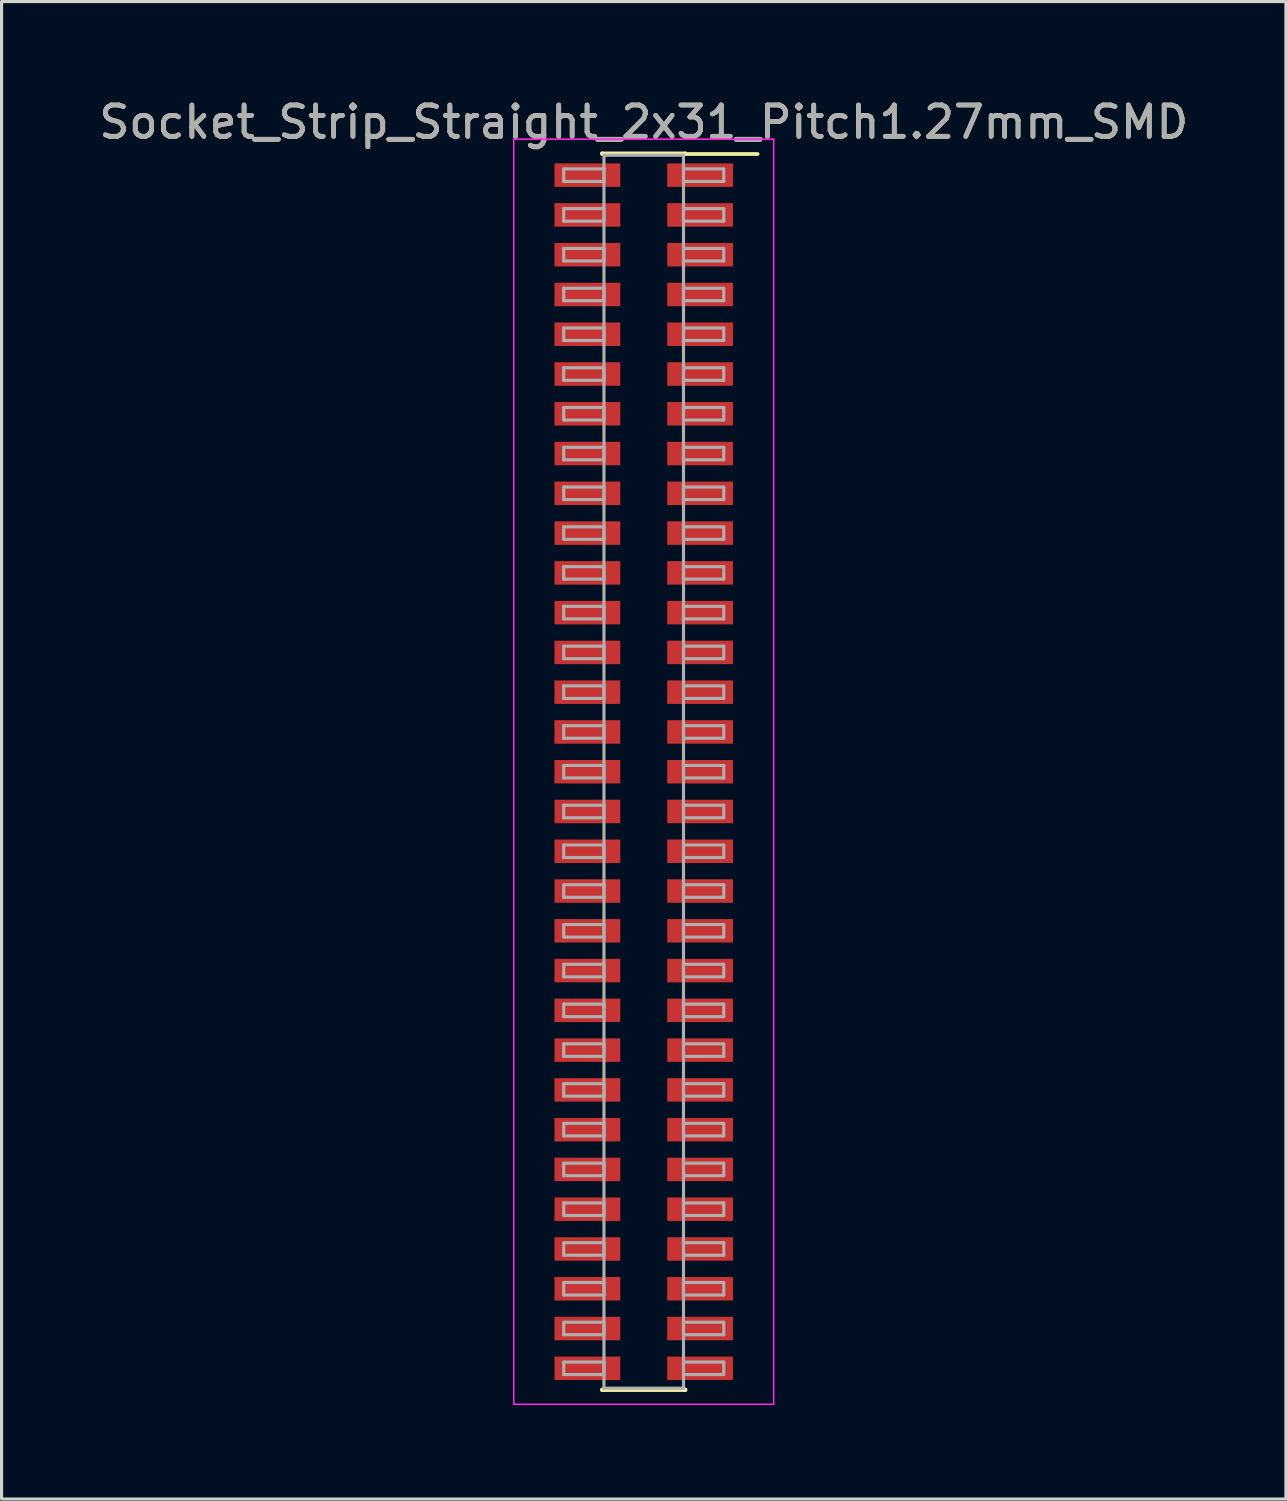
<source format=kicad_pcb>
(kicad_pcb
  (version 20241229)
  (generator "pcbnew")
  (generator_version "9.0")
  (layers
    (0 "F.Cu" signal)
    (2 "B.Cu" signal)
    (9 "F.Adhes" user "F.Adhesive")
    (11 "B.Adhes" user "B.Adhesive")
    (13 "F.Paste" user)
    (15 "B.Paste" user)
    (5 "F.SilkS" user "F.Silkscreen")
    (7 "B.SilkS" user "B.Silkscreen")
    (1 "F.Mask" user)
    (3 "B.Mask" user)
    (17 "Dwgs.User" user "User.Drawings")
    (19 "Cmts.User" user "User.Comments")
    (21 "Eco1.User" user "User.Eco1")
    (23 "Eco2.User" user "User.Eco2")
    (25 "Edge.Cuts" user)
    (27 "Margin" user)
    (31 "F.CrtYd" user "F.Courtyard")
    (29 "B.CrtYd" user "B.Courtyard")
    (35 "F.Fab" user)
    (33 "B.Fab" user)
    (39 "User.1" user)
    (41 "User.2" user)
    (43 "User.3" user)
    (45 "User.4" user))
  (footprint "Socket_Strip_Straight_2x31_Pitch1.27mm_SMD"
    (layer "F.Cu")
    (at 17.506 21.593)
    (property "Reference" "Socket_Strip_Straight_2x31_Pitch1.27mm_SMD" (at 0 -20.745 0) (layer "F.SilkS") (effects (font (size 1 1) (thickness 0.15))))
    (attr smd)
    (fp_line (start -1.33 -19.745) (end 1.33 -19.745) (stroke (width 0.12) (type solid)) (layer "F.SilkS"))
    (fp_line (start -1.33 -19.725) (end -1.33 -19.745) (stroke (width 0.12) (type solid)) (layer "F.SilkS"))
    (fp_line (start -1.33 19.725) (end -1.33 19.745) (stroke (width 0.12) (type solid)) (layer "F.SilkS"))
    (fp_line (start -1.33 19.745) (end 1.33 19.745) (stroke (width 0.12) (type solid)) (layer "F.SilkS"))
    (fp_line (start 1.33 -19.745) (end 1.33 -19.725) (stroke (width 0.12) (type solid)) (layer "F.SilkS"))
    (fp_line (start 1.33 19.745) (end 1.33 19.725) (stroke (width 0.12) (type solid)) (layer "F.SilkS"))
    (fp_line (start 3.635 -19.725) (end 1.33 -19.725) (stroke (width 0.12) (type solid)) (layer "F.SilkS"))
    (fp_line (start -4.15 -20.2) (end -4.15 20.2) (stroke (width 0.05) (type solid)) (layer "F.CrtYd"))
    (fp_line (start -4.15 20.2) (end 4.15 20.2) (stroke (width 0.05) (type solid)) (layer "F.CrtYd"))
    (fp_line (start 4.15 -20.2) (end -4.15 -20.2) (stroke (width 0.05) (type solid)) (layer "F.CrtYd"))
    (fp_line (start 4.15 20.2) (end 4.15 -20.2) (stroke (width 0.05) (type solid)) (layer "F.CrtYd"))
    (fp_line (start -2.555 -19.25) (end -1.27 -19.25) (stroke (width 0.1) (type solid)) (layer "F.Fab"))
    (fp_line (start -2.555 -18.85) (end -2.555 -19.25) (stroke (width 0.1) (type solid)) (layer "F.Fab"))
    (fp_line (start -2.555 -17.98) (end -1.27 -17.98) (stroke (width 0.1) (type solid)) (layer "F.Fab"))
    (fp_line (start -2.555 -17.58) (end -2.555 -17.98) (stroke (width 0.1) (type solid)) (layer "F.Fab"))
    (fp_line (start -2.555 -16.71) (end -1.27 -16.71) (stroke (width 0.1) (type solid)) (layer "F.Fab"))
    (fp_line (start -2.555 -16.31) (end -2.555 -16.71) (stroke (width 0.1) (type solid)) (layer "F.Fab"))
    (fp_line (start -2.555 -15.44) (end -1.27 -15.44) (stroke (width 0.1) (type solid)) (layer "F.Fab"))
    (fp_line (start -2.555 -15.04) (end -2.555 -15.44) (stroke (width 0.1) (type solid)) (layer "F.Fab"))
    (fp_line (start -2.555 -14.17) (end -1.27 -14.17) (stroke (width 0.1) (type solid)) (layer "F.Fab"))
    (fp_line (start -2.555 -13.77) (end -2.555 -14.17) (stroke (width 0.1) (type solid)) (layer "F.Fab"))
    (fp_line (start -2.555 -12.9) (end -1.27 -12.9) (stroke (width 0.1) (type solid)) (layer "F.Fab"))
    (fp_line (start -2.555 -12.5) (end -2.555 -12.9) (stroke (width 0.1) (type solid)) (layer "F.Fab"))
    (fp_line (start -2.555 -11.63) (end -1.27 -11.63) (stroke (width 0.1) (type solid)) (layer "F.Fab"))
    (fp_line (start -2.555 -11.23) (end -2.555 -11.63) (stroke (width 0.1) (type solid)) (layer "F.Fab"))
    (fp_line (start -2.555 -10.36) (end -1.27 -10.36) (stroke (width 0.1) (type solid)) (layer "F.Fab"))
    (fp_line (start -2.555 -9.96) (end -2.555 -10.36) (stroke (width 0.1) (type solid)) (layer "F.Fab"))
    (fp_line (start -2.555 -9.09) (end -1.27 -9.09) (stroke (width 0.1) (type solid)) (layer "F.Fab"))
    (fp_line (start -2.555 -8.69) (end -2.555 -9.09) (stroke (width 0.1) (type solid)) (layer "F.Fab"))
    (fp_line (start -2.555 -7.82) (end -1.27 -7.82) (stroke (width 0.1) (type solid)) (layer "F.Fab"))
    (fp_line (start -2.555 -7.42) (end -2.555 -7.82) (stroke (width 0.1) (type solid)) (layer "F.Fab"))
    (fp_line (start -2.555 -6.55) (end -1.27 -6.55) (stroke (width 0.1) (type solid)) (layer "F.Fab"))
    (fp_line (start -2.555 -6.15) (end -2.555 -6.55) (stroke (width 0.1) (type solid)) (layer "F.Fab"))
    (fp_line (start -2.555 -5.28) (end -1.27 -5.28) (stroke (width 0.1) (type solid)) (layer "F.Fab"))
    (fp_line (start -2.555 -4.88) (end -2.555 -5.28) (stroke (width 0.1) (type solid)) (layer "F.Fab"))
    (fp_line (start -2.555 -4.01) (end -1.27 -4.01) (stroke (width 0.1) (type solid)) (layer "F.Fab"))
    (fp_line (start -2.555 -3.61) (end -2.555 -4.01) (stroke (width 0.1) (type solid)) (layer "F.Fab"))
    (fp_line (start -2.555 -2.74) (end -1.27 -2.74) (stroke (width 0.1) (type solid)) (layer "F.Fab"))
    (fp_line (start -2.555 -2.34) (end -2.555 -2.74) (stroke (width 0.1) (type solid)) (layer "F.Fab"))
    (fp_line (start -2.555 -1.47) (end -1.27 -1.47) (stroke (width 0.1) (type solid)) (layer "F.Fab"))
    (fp_line (start -2.555 -1.07) (end -2.555 -1.47) (stroke (width 0.1) (type solid)) (layer "F.Fab"))
    (fp_line (start -2.555 -0.2) (end -1.27 -0.2) (stroke (width 0.1) (type solid)) (layer "F.Fab"))
    (fp_line (start -2.555 0.2) (end -2.555 -0.2) (stroke (width 0.1) (type solid)) (layer "F.Fab"))
    (fp_line (start -2.555 1.07) (end -1.27 1.07) (stroke (width 0.1) (type solid)) (layer "F.Fab"))
    (fp_line (start -2.555 1.47) (end -2.555 1.07) (stroke (width 0.1) (type solid)) (layer "F.Fab"))
    (fp_line (start -2.555 2.34) (end -1.27 2.34) (stroke (width 0.1) (type solid)) (layer "F.Fab"))
    (fp_line (start -2.555 2.74) (end -2.555 2.34) (stroke (width 0.1) (type solid)) (layer "F.Fab"))
    (fp_line (start -2.555 3.61) (end -1.27 3.61) (stroke (width 0.1) (type solid)) (layer "F.Fab"))
    (fp_line (start -2.555 4.01) (end -2.555 3.61) (stroke (width 0.1) (type solid)) (layer "F.Fab"))
    (fp_line (start -2.555 4.88) (end -1.27 4.88) (stroke (width 0.1) (type solid)) (layer "F.Fab"))
    (fp_line (start -2.555 5.28) (end -2.555 4.88) (stroke (width 0.1) (type solid)) (layer "F.Fab"))
    (fp_line (start -2.555 6.15) (end -1.27 6.15) (stroke (width 0.1) (type solid)) (layer "F.Fab"))
    (fp_line (start -2.555 6.55) (end -2.555 6.15) (stroke (width 0.1) (type solid)) (layer "F.Fab"))
    (fp_line (start -2.555 7.42) (end -1.27 7.42) (stroke (width 0.1) (type solid)) (layer "F.Fab"))
    (fp_line (start -2.555 7.82) (end -2.555 7.42) (stroke (width 0.1) (type solid)) (layer "F.Fab"))
    (fp_line (start -2.555 8.69) (end -1.27 8.69) (stroke (width 0.1) (type solid)) (layer "F.Fab"))
    (fp_line (start -2.555 9.09) (end -2.555 8.69) (stroke (width 0.1) (type solid)) (layer "F.Fab"))
    (fp_line (start -2.555 9.96) (end -1.27 9.96) (stroke (width 0.1) (type solid)) (layer "F.Fab"))
    (fp_line (start -2.555 10.36) (end -2.555 9.96) (stroke (width 0.1) (type solid)) (layer "F.Fab"))
    (fp_line (start -2.555 11.23) (end -1.27 11.23) (stroke (width 0.1) (type solid)) (layer "F.Fab"))
    (fp_line (start -2.555 11.63) (end -2.555 11.23) (stroke (width 0.1) (type solid)) (layer "F.Fab"))
    (fp_line (start -2.555 12.5) (end -1.27 12.5) (stroke (width 0.1) (type solid)) (layer "F.Fab"))
    (fp_line (start -2.555 12.9) (end -2.555 12.5) (stroke (width 0.1) (type solid)) (layer "F.Fab"))
    (fp_line (start -2.555 13.77) (end -1.27 13.77) (stroke (width 0.1) (type solid)) (layer "F.Fab"))
    (fp_line (start -2.555 14.17) (end -2.555 13.77) (stroke (width 0.1) (type solid)) (layer "F.Fab"))
    (fp_line (start -2.555 15.04) (end -1.27 15.04) (stroke (width 0.1) (type solid)) (layer "F.Fab"))
    (fp_line (start -2.555 15.44) (end -2.555 15.04) (stroke (width 0.1) (type solid)) (layer "F.Fab"))
    (fp_line (start -2.555 16.31) (end -1.27 16.31) (stroke (width 0.1) (type solid)) (layer "F.Fab"))
    (fp_line (start -2.555 16.71) (end -2.555 16.31) (stroke (width 0.1) (type solid)) (layer "F.Fab"))
    (fp_line (start -2.555 17.58) (end -1.27 17.58) (stroke (width 0.1) (type solid)) (layer "F.Fab"))
    (fp_line (start -2.555 17.98) (end -2.555 17.58) (stroke (width 0.1) (type solid)) (layer "F.Fab"))
    (fp_line (start -2.555 18.85) (end -1.27 18.85) (stroke (width 0.1) (type solid)) (layer "F.Fab"))
    (fp_line (start -2.555 19.25) (end -2.555 18.85) (stroke (width 0.1) (type solid)) (layer "F.Fab"))
    (fp_line (start -1.27 -19.685) (end -1.27 19.685) (stroke (width 0.1) (type solid)) (layer "F.Fab"))
    (fp_line (start -1.27 -19.25) (end -1.27 -18.85) (stroke (width 0.1) (type solid)) (layer "F.Fab"))
    (fp_line (start -1.27 -18.85) (end -2.555 -18.85) (stroke (width 0.1) (type solid)) (layer "F.Fab"))
    (fp_line (start -1.27 -17.98) (end -1.27 -17.58) (stroke (width 0.1) (type solid)) (layer "F.Fab"))
    (fp_line (start -1.27 -17.58) (end -2.555 -17.58) (stroke (width 0.1) (type solid)) (layer "F.Fab"))
    (fp_line (start -1.27 -16.71) (end -1.27 -16.31) (stroke (width 0.1) (type solid)) (layer "F.Fab"))
    (fp_line (start -1.27 -16.31) (end -2.555 -16.31) (stroke (width 0.1) (type solid)) (layer "F.Fab"))
    (fp_line (start -1.27 -15.44) (end -1.27 -15.04) (stroke (width 0.1) (type solid)) (layer "F.Fab"))
    (fp_line (start -1.27 -15.04) (end -2.555 -15.04) (stroke (width 0.1) (type solid)) (layer "F.Fab"))
    (fp_line (start -1.27 -14.17) (end -1.27 -13.77) (stroke (width 0.1) (type solid)) (layer "F.Fab"))
    (fp_line (start -1.27 -13.77) (end -2.555 -13.77) (stroke (width 0.1) (type solid)) (layer "F.Fab"))
    (fp_line (start -1.27 -12.9) (end -1.27 -12.5) (stroke (width 0.1) (type solid)) (layer "F.Fab"))
    (fp_line (start -1.27 -12.5) (end -2.555 -12.5) (stroke (width 0.1) (type solid)) (layer "F.Fab"))
    (fp_line (start -1.27 -11.63) (end -1.27 -11.23) (stroke (width 0.1) (type solid)) (layer "F.Fab"))
    (fp_line (start -1.27 -11.23) (end -2.555 -11.23) (stroke (width 0.1) (type solid)) (layer "F.Fab"))
    (fp_line (start -1.27 -10.36) (end -1.27 -9.96) (stroke (width 0.1) (type solid)) (layer "F.Fab"))
    (fp_line (start -1.27 -9.96) (end -2.555 -9.96) (stroke (width 0.1) (type solid)) (layer "F.Fab"))
    (fp_line (start -1.27 -9.09) (end -1.27 -8.69) (stroke (width 0.1) (type solid)) (layer "F.Fab"))
    (fp_line (start -1.27 -8.69) (end -2.555 -8.69) (stroke (width 0.1) (type solid)) (layer "F.Fab"))
    (fp_line (start -1.27 -7.82) (end -1.27 -7.42) (stroke (width 0.1) (type solid)) (layer "F.Fab"))
    (fp_line (start -1.27 -7.42) (end -2.555 -7.42) (stroke (width 0.1) (type solid)) (layer "F.Fab"))
    (fp_line (start -1.27 -6.55) (end -1.27 -6.15) (stroke (width 0.1) (type solid)) (layer "F.Fab"))
    (fp_line (start -1.27 -6.15) (end -2.555 -6.15) (stroke (width 0.1) (type solid)) (layer "F.Fab"))
    (fp_line (start -1.27 -5.28) (end -1.27 -4.88) (stroke (width 0.1) (type solid)) (layer "F.Fab"))
    (fp_line (start -1.27 -4.88) (end -2.555 -4.88) (stroke (width 0.1) (type solid)) (layer "F.Fab"))
    (fp_line (start -1.27 -4.01) (end -1.27 -3.61) (stroke (width 0.1) (type solid)) (layer "F.Fab"))
    (fp_line (start -1.27 -3.61) (end -2.555 -3.61) (stroke (width 0.1) (type solid)) (layer "F.Fab"))
    (fp_line (start -1.27 -2.74) (end -1.27 -2.34) (stroke (width 0.1) (type solid)) (layer "F.Fab"))
    (fp_line (start -1.27 -2.34) (end -2.555 -2.34) (stroke (width 0.1) (type solid)) (layer "F.Fab"))
    (fp_line (start -1.27 -1.47) (end -1.27 -1.07) (stroke (width 0.1) (type solid)) (layer "F.Fab"))
    (fp_line (start -1.27 -1.07) (end -2.555 -1.07) (stroke (width 0.1) (type solid)) (layer "F.Fab"))
    (fp_line (start -1.27 -0.2) (end -1.27 0.2) (stroke (width 0.1) (type solid)) (layer "F.Fab"))
    (fp_line (start -1.27 0.2) (end -2.555 0.2) (stroke (width 0.1) (type solid)) (layer "F.Fab"))
    (fp_line (start -1.27 1.07) (end -1.27 1.47) (stroke (width 0.1) (type solid)) (layer "F.Fab"))
    (fp_line (start -1.27 1.47) (end -2.555 1.47) (stroke (width 0.1) (type solid)) (layer "F.Fab"))
    (fp_line (start -1.27 2.34) (end -1.27 2.74) (stroke (width 0.1) (type solid)) (layer "F.Fab"))
    (fp_line (start -1.27 2.74) (end -2.555 2.74) (stroke (width 0.1) (type solid)) (layer "F.Fab"))
    (fp_line (start -1.27 3.61) (end -1.27 4.01) (stroke (width 0.1) (type solid)) (layer "F.Fab"))
    (fp_line (start -1.27 4.01) (end -2.555 4.01) (stroke (width 0.1) (type solid)) (layer "F.Fab"))
    (fp_line (start -1.27 4.88) (end -1.27 5.28) (stroke (width 0.1) (type solid)) (layer "F.Fab"))
    (fp_line (start -1.27 5.28) (end -2.555 5.28) (stroke (width 0.1) (type solid)) (layer "F.Fab"))
    (fp_line (start -1.27 6.15) (end -1.27 6.55) (stroke (width 0.1) (type solid)) (layer "F.Fab"))
    (fp_line (start -1.27 6.55) (end -2.555 6.55) (stroke (width 0.1) (type solid)) (layer "F.Fab"))
    (fp_line (start -1.27 7.42) (end -1.27 7.82) (stroke (width 0.1) (type solid)) (layer "F.Fab"))
    (fp_line (start -1.27 7.82) (end -2.555 7.82) (stroke (width 0.1) (type solid)) (layer "F.Fab"))
    (fp_line (start -1.27 8.69) (end -1.27 9.09) (stroke (width 0.1) (type solid)) (layer "F.Fab"))
    (fp_line (start -1.27 9.09) (end -2.555 9.09) (stroke (width 0.1) (type solid)) (layer "F.Fab"))
    (fp_line (start -1.27 9.96) (end -1.27 10.36) (stroke (width 0.1) (type solid)) (layer "F.Fab"))
    (fp_line (start -1.27 10.36) (end -2.555 10.36) (stroke (width 0.1) (type solid)) (layer "F.Fab"))
    (fp_line (start -1.27 11.23) (end -1.27 11.63) (stroke (width 0.1) (type solid)) (layer "F.Fab"))
    (fp_line (start -1.27 11.63) (end -2.555 11.63) (stroke (width 0.1) (type solid)) (layer "F.Fab"))
    (fp_line (start -1.27 12.5) (end -1.27 12.9) (stroke (width 0.1) (type solid)) (layer "F.Fab"))
    (fp_line (start -1.27 12.9) (end -2.555 12.9) (stroke (width 0.1) (type solid)) (layer "F.Fab"))
    (fp_line (start -1.27 13.77) (end -1.27 14.17) (stroke (width 0.1) (type solid)) (layer "F.Fab"))
    (fp_line (start -1.27 14.17) (end -2.555 14.17) (stroke (width 0.1) (type solid)) (layer "F.Fab"))
    (fp_line (start -1.27 15.04) (end -1.27 15.44) (stroke (width 0.1) (type solid)) (layer "F.Fab"))
    (fp_line (start -1.27 15.44) (end -2.555 15.44) (stroke (width 0.1) (type solid)) (layer "F.Fab"))
    (fp_line (start -1.27 16.31) (end -1.27 16.71) (stroke (width 0.1) (type solid)) (layer "F.Fab"))
    (fp_line (start -1.27 16.71) (end -2.555 16.71) (stroke (width 0.1) (type solid)) (layer "F.Fab"))
    (fp_line (start -1.27 17.58) (end -1.27 17.98) (stroke (width 0.1) (type solid)) (layer "F.Fab"))
    (fp_line (start -1.27 17.98) (end -2.555 17.98) (stroke (width 0.1) (type solid)) (layer "F.Fab"))
    (fp_line (start -1.27 18.85) (end -1.27 19.25) (stroke (width 0.1) (type solid)) (layer "F.Fab"))
    (fp_line (start -1.27 19.25) (end -2.555 19.25) (stroke (width 0.1) (type solid)) (layer "F.Fab"))
    (fp_line (start -1.27 19.685) (end 1.27 19.685) (stroke (width 0.1) (type solid)) (layer "F.Fab"))
    (fp_line (start 1.27 -19.685) (end -1.27 -19.685) (stroke (width 0.1) (type solid)) (layer "F.Fab"))
    (fp_line (start 1.27 -19.25) (end 1.27 -18.85) (stroke (width 0.1) (type solid)) (layer "F.Fab"))
    (fp_line (start 1.27 -18.85) (end 2.555 -18.85) (stroke (width 0.1) (type solid)) (layer "F.Fab"))
    (fp_line (start 1.27 -17.98) (end 1.27 -17.58) (stroke (width 0.1) (type solid)) (layer "F.Fab"))
    (fp_line (start 1.27 -17.58) (end 2.555 -17.58) (stroke (width 0.1) (type solid)) (layer "F.Fab"))
    (fp_line (start 1.27 -16.71) (end 1.27 -16.31) (stroke (width 0.1) (type solid)) (layer "F.Fab"))
    (fp_line (start 1.27 -16.31) (end 2.555 -16.31) (stroke (width 0.1) (type solid)) (layer "F.Fab"))
    (fp_line (start 1.27 -15.44) (end 1.27 -15.04) (stroke (width 0.1) (type solid)) (layer "F.Fab"))
    (fp_line (start 1.27 -15.04) (end 2.555 -15.04) (stroke (width 0.1) (type solid)) (layer "F.Fab"))
    (fp_line (start 1.27 -14.17) (end 1.27 -13.77) (stroke (width 0.1) (type solid)) (layer "F.Fab"))
    (fp_line (start 1.27 -13.77) (end 2.555 -13.77) (stroke (width 0.1) (type solid)) (layer "F.Fab"))
    (fp_line (start 1.27 -12.9) (end 1.27 -12.5) (stroke (width 0.1) (type solid)) (layer "F.Fab"))
    (fp_line (start 1.27 -12.5) (end 2.555 -12.5) (stroke (width 0.1) (type solid)) (layer "F.Fab"))
    (fp_line (start 1.27 -11.63) (end 1.27 -11.23) (stroke (width 0.1) (type solid)) (layer "F.Fab"))
    (fp_line (start 1.27 -11.23) (end 2.555 -11.23) (stroke (width 0.1) (type solid)) (layer "F.Fab"))
    (fp_line (start 1.27 -10.36) (end 1.27 -9.96) (stroke (width 0.1) (type solid)) (layer "F.Fab"))
    (fp_line (start 1.27 -9.96) (end 2.555 -9.96) (stroke (width 0.1) (type solid)) (layer "F.Fab"))
    (fp_line (start 1.27 -9.09) (end 1.27 -8.69) (stroke (width 0.1) (type solid)) (layer "F.Fab"))
    (fp_line (start 1.27 -8.69) (end 2.555 -8.69) (stroke (width 0.1) (type solid)) (layer "F.Fab"))
    (fp_line (start 1.27 -7.82) (end 1.27 -7.42) (stroke (width 0.1) (type solid)) (layer "F.Fab"))
    (fp_line (start 1.27 -7.42) (end 2.555 -7.42) (stroke (width 0.1) (type solid)) (layer "F.Fab"))
    (fp_line (start 1.27 -6.55) (end 1.27 -6.15) (stroke (width 0.1) (type solid)) (layer "F.Fab"))
    (fp_line (start 1.27 -6.15) (end 2.555 -6.15) (stroke (width 0.1) (type solid)) (layer "F.Fab"))
    (fp_line (start 1.27 -5.28) (end 1.27 -4.88) (stroke (width 0.1) (type solid)) (layer "F.Fab"))
    (fp_line (start 1.27 -4.88) (end 2.555 -4.88) (stroke (width 0.1) (type solid)) (layer "F.Fab"))
    (fp_line (start 1.27 -4.01) (end 1.27 -3.61) (stroke (width 0.1) (type solid)) (layer "F.Fab"))
    (fp_line (start 1.27 -3.61) (end 2.555 -3.61) (stroke (width 0.1) (type solid)) (layer "F.Fab"))
    (fp_line (start 1.27 -2.74) (end 1.27 -2.34) (stroke (width 0.1) (type solid)) (layer "F.Fab"))
    (fp_line (start 1.27 -2.34) (end 2.555 -2.34) (stroke (width 0.1) (type solid)) (layer "F.Fab"))
    (fp_line (start 1.27 -1.47) (end 1.27 -1.07) (stroke (width 0.1) (type solid)) (layer "F.Fab"))
    (fp_line (start 1.27 -1.07) (end 2.555 -1.07) (stroke (width 0.1) (type solid)) (layer "F.Fab"))
    (fp_line (start 1.27 -0.2) (end 1.27 0.2) (stroke (width 0.1) (type solid)) (layer "F.Fab"))
    (fp_line (start 1.27 0.2) (end 2.555 0.2) (stroke (width 0.1) (type solid)) (layer "F.Fab"))
    (fp_line (start 1.27 1.07) (end 1.27 1.47) (stroke (width 0.1) (type solid)) (layer "F.Fab"))
    (fp_line (start 1.27 1.47) (end 2.555 1.47) (stroke (width 0.1) (type solid)) (layer "F.Fab"))
    (fp_line (start 1.27 2.34) (end 1.27 2.74) (stroke (width 0.1) (type solid)) (layer "F.Fab"))
    (fp_line (start 1.27 2.74) (end 2.555 2.74) (stroke (width 0.1) (type solid)) (layer "F.Fab"))
    (fp_line (start 1.27 3.61) (end 1.27 4.01) (stroke (width 0.1) (type solid)) (layer "F.Fab"))
    (fp_line (start 1.27 4.01) (end 2.555 4.01) (stroke (width 0.1) (type solid)) (layer "F.Fab"))
    (fp_line (start 1.27 4.88) (end 1.27 5.28) (stroke (width 0.1) (type solid)) (layer "F.Fab"))
    (fp_line (start 1.27 5.28) (end 2.555 5.28) (stroke (width 0.1) (type solid)) (layer "F.Fab"))
    (fp_line (start 1.27 6.15) (end 1.27 6.55) (stroke (width 0.1) (type solid)) (layer "F.Fab"))
    (fp_line (start 1.27 6.55) (end 2.555 6.55) (stroke (width 0.1) (type solid)) (layer "F.Fab"))
    (fp_line (start 1.27 7.42) (end 1.27 7.82) (stroke (width 0.1) (type solid)) (layer "F.Fab"))
    (fp_line (start 1.27 7.82) (end 2.555 7.82) (stroke (width 0.1) (type solid)) (layer "F.Fab"))
    (fp_line (start 1.27 8.69) (end 1.27 9.09) (stroke (width 0.1) (type solid)) (layer "F.Fab"))
    (fp_line (start 1.27 9.09) (end 2.555 9.09) (stroke (width 0.1) (type solid)) (layer "F.Fab"))
    (fp_line (start 1.27 9.96) (end 1.27 10.36) (stroke (width 0.1) (type solid)) (layer "F.Fab"))
    (fp_line (start 1.27 10.36) (end 2.555 10.36) (stroke (width 0.1) (type solid)) (layer "F.Fab"))
    (fp_line (start 1.27 11.23) (end 1.27 11.63) (stroke (width 0.1) (type solid)) (layer "F.Fab"))
    (fp_line (start 1.27 11.63) (end 2.555 11.63) (stroke (width 0.1) (type solid)) (layer "F.Fab"))
    (fp_line (start 1.27 12.5) (end 1.27 12.9) (stroke (width 0.1) (type solid)) (layer "F.Fab"))
    (fp_line (start 1.27 12.9) (end 2.555 12.9) (stroke (width 0.1) (type solid)) (layer "F.Fab"))
    (fp_line (start 1.27 13.77) (end 1.27 14.17) (stroke (width 0.1) (type solid)) (layer "F.Fab"))
    (fp_line (start 1.27 14.17) (end 2.555 14.17) (stroke (width 0.1) (type solid)) (layer "F.Fab"))
    (fp_line (start 1.27 15.04) (end 1.27 15.44) (stroke (width 0.1) (type solid)) (layer "F.Fab"))
    (fp_line (start 1.27 15.44) (end 2.555 15.44) (stroke (width 0.1) (type solid)) (layer "F.Fab"))
    (fp_line (start 1.27 16.31) (end 1.27 16.71) (stroke (width 0.1) (type solid)) (layer "F.Fab"))
    (fp_line (start 1.27 16.71) (end 2.555 16.71) (stroke (width 0.1) (type solid)) (layer "F.Fab"))
    (fp_line (start 1.27 17.58) (end 1.27 17.98) (stroke (width 0.1) (type solid)) (layer "F.Fab"))
    (fp_line (start 1.27 17.98) (end 2.555 17.98) (stroke (width 0.1) (type solid)) (layer "F.Fab"))
    (fp_line (start 1.27 18.85) (end 1.27 19.25) (stroke (width 0.1) (type solid)) (layer "F.Fab"))
    (fp_line (start 1.27 19.25) (end 2.555 19.25) (stroke (width 0.1) (type solid)) (layer "F.Fab"))
    (fp_line (start 1.27 19.685) (end 1.27 -19.685) (stroke (width 0.1) (type solid)) (layer "F.Fab"))
    (fp_line (start 2.555 -19.25) (end 1.27 -19.25) (stroke (width 0.1) (type solid)) (layer "F.Fab"))
    (fp_line (start 2.555 -18.85) (end 2.555 -19.25) (stroke (width 0.1) (type solid)) (layer "F.Fab"))
    (fp_line (start 2.555 -17.98) (end 1.27 -17.98) (stroke (width 0.1) (type solid)) (layer "F.Fab"))
    (fp_line (start 2.555 -17.58) (end 2.555 -17.98) (stroke (width 0.1) (type solid)) (layer "F.Fab"))
    (fp_line (start 2.555 -16.71) (end 1.27 -16.71) (stroke (width 0.1) (type solid)) (layer "F.Fab"))
    (fp_line (start 2.555 -16.31) (end 2.555 -16.71) (stroke (width 0.1) (type solid)) (layer "F.Fab"))
    (fp_line (start 2.555 -15.44) (end 1.27 -15.44) (stroke (width 0.1) (type solid)) (layer "F.Fab"))
    (fp_line (start 2.555 -15.04) (end 2.555 -15.44) (stroke (width 0.1) (type solid)) (layer "F.Fab"))
    (fp_line (start 2.555 -14.17) (end 1.27 -14.17) (stroke (width 0.1) (type solid)) (layer "F.Fab"))
    (fp_line (start 2.555 -13.77) (end 2.555 -14.17) (stroke (width 0.1) (type solid)) (layer "F.Fab"))
    (fp_line (start 2.555 -12.9) (end 1.27 -12.9) (stroke (width 0.1) (type solid)) (layer "F.Fab"))
    (fp_line (start 2.555 -12.5) (end 2.555 -12.9) (stroke (width 0.1) (type solid)) (layer "F.Fab"))
    (fp_line (start 2.555 -11.63) (end 1.27 -11.63) (stroke (width 0.1) (type solid)) (layer "F.Fab"))
    (fp_line (start 2.555 -11.23) (end 2.555 -11.63) (stroke (width 0.1) (type solid)) (layer "F.Fab"))
    (fp_line (start 2.555 -10.36) (end 1.27 -10.36) (stroke (width 0.1) (type solid)) (layer "F.Fab"))
    (fp_line (start 2.555 -9.96) (end 2.555 -10.36) (stroke (width 0.1) (type solid)) (layer "F.Fab"))
    (fp_line (start 2.555 -9.09) (end 1.27 -9.09) (stroke (width 0.1) (type solid)) (layer "F.Fab"))
    (fp_line (start 2.555 -8.69) (end 2.555 -9.09) (stroke (width 0.1) (type solid)) (layer "F.Fab"))
    (fp_line (start 2.555 -7.82) (end 1.27 -7.82) (stroke (width 0.1) (type solid)) (layer "F.Fab"))
    (fp_line (start 2.555 -7.42) (end 2.555 -7.82) (stroke (width 0.1) (type solid)) (layer "F.Fab"))
    (fp_line (start 2.555 -6.55) (end 1.27 -6.55) (stroke (width 0.1) (type solid)) (layer "F.Fab"))
    (fp_line (start 2.555 -6.15) (end 2.555 -6.55) (stroke (width 0.1) (type solid)) (layer "F.Fab"))
    (fp_line (start 2.555 -5.28) (end 1.27 -5.28) (stroke (width 0.1) (type solid)) (layer "F.Fab"))
    (fp_line (start 2.555 -4.88) (end 2.555 -5.28) (stroke (width 0.1) (type solid)) (layer "F.Fab"))
    (fp_line (start 2.555 -4.01) (end 1.27 -4.01) (stroke (width 0.1) (type solid)) (layer "F.Fab"))
    (fp_line (start 2.555 -3.61) (end 2.555 -4.01) (stroke (width 0.1) (type solid)) (layer "F.Fab"))
    (fp_line (start 2.555 -2.74) (end 1.27 -2.74) (stroke (width 0.1) (type solid)) (layer "F.Fab"))
    (fp_line (start 2.555 -2.34) (end 2.555 -2.74) (stroke (width 0.1) (type solid)) (layer "F.Fab"))
    (fp_line (start 2.555 -1.47) (end 1.27 -1.47) (stroke (width 0.1) (type solid)) (layer "F.Fab"))
    (fp_line (start 2.555 -1.07) (end 2.555 -1.47) (stroke (width 0.1) (type solid)) (layer "F.Fab"))
    (fp_line (start 2.555 -0.2) (end 1.27 -0.2) (stroke (width 0.1) (type solid)) (layer "F.Fab"))
    (fp_line (start 2.555 0.2) (end 2.555 -0.2) (stroke (width 0.1) (type solid)) (layer "F.Fab"))
    (fp_line (start 2.555 1.07) (end 1.27 1.07) (stroke (width 0.1) (type solid)) (layer "F.Fab"))
    (fp_line (start 2.555 1.47) (end 2.555 1.07) (stroke (width 0.1) (type solid)) (layer "F.Fab"))
    (fp_line (start 2.555 2.34) (end 1.27 2.34) (stroke (width 0.1) (type solid)) (layer "F.Fab"))
    (fp_line (start 2.555 2.74) (end 2.555 2.34) (stroke (width 0.1) (type solid)) (layer "F.Fab"))
    (fp_line (start 2.555 3.61) (end 1.27 3.61) (stroke (width 0.1) (type solid)) (layer "F.Fab"))
    (fp_line (start 2.555 4.01) (end 2.555 3.61) (stroke (width 0.1) (type solid)) (layer "F.Fab"))
    (fp_line (start 2.555 4.88) (end 1.27 4.88) (stroke (width 0.1) (type solid)) (layer "F.Fab"))
    (fp_line (start 2.555 5.28) (end 2.555 4.88) (stroke (width 0.1) (type solid)) (layer "F.Fab"))
    (fp_line (start 2.555 6.15) (end 1.27 6.15) (stroke (width 0.1) (type solid)) (layer "F.Fab"))
    (fp_line (start 2.555 6.55) (end 2.555 6.15) (stroke (width 0.1) (type solid)) (layer "F.Fab"))
    (fp_line (start 2.555 7.42) (end 1.27 7.42) (stroke (width 0.1) (type solid)) (layer "F.Fab"))
    (fp_line (start 2.555 7.82) (end 2.555 7.42) (stroke (width 0.1) (type solid)) (layer "F.Fab"))
    (fp_line (start 2.555 8.69) (end 1.27 8.69) (stroke (width 0.1) (type solid)) (layer "F.Fab"))
    (fp_line (start 2.555 9.09) (end 2.555 8.69) (stroke (width 0.1) (type solid)) (layer "F.Fab"))
    (fp_line (start 2.555 9.96) (end 1.27 9.96) (stroke (width 0.1) (type solid)) (layer "F.Fab"))
    (fp_line (start 2.555 10.36) (end 2.555 9.96) (stroke (width 0.1) (type solid)) (layer "F.Fab"))
    (fp_line (start 2.555 11.23) (end 1.27 11.23) (stroke (width 0.1) (type solid)) (layer "F.Fab"))
    (fp_line (start 2.555 11.63) (end 2.555 11.23) (stroke (width 0.1) (type solid)) (layer "F.Fab"))
    (fp_line (start 2.555 12.5) (end 1.27 12.5) (stroke (width 0.1) (type solid)) (layer "F.Fab"))
    (fp_line (start 2.555 12.9) (end 2.555 12.5) (stroke (width 0.1) (type solid)) (layer "F.Fab"))
    (fp_line (start 2.555 13.77) (end 1.27 13.77) (stroke (width 0.1) (type solid)) (layer "F.Fab"))
    (fp_line (start 2.555 14.17) (end 2.555 13.77) (stroke (width 0.1) (type solid)) (layer "F.Fab"))
    (fp_line (start 2.555 15.04) (end 1.27 15.04) (stroke (width 0.1) (type solid)) (layer "F.Fab"))
    (fp_line (start 2.555 15.44) (end 2.555 15.04) (stroke (width 0.1) (type solid)) (layer "F.Fab"))
    (fp_line (start 2.555 16.31) (end 1.27 16.31) (stroke (width 0.1) (type solid)) (layer "F.Fab"))
    (fp_line (start 2.555 16.71) (end 2.555 16.31) (stroke (width 0.1) (type solid)) (layer "F.Fab"))
    (fp_line (start 2.555 17.58) (end 1.27 17.58) (stroke (width 0.1) (type solid)) (layer "F.Fab"))
    (fp_line (start 2.555 17.98) (end 2.555 17.58) (stroke (width 0.1) (type solid)) (layer "F.Fab"))
    (fp_line (start 2.555 18.85) (end 1.27 18.85) (stroke (width 0.1) (type solid)) (layer "F.Fab"))
    (fp_line (start 2.555 19.25) (end 2.555 18.85) (stroke (width 0.1) (type solid)) (layer "F.Fab"))
    (fp_text user "${REFERENCE}" (at 0 -20.745 0) (layer "F.Fab") (effects (font (size 1 1) (thickness 0.15))))
    (pad "1" smd rect (at 1.8 -19.05) (size 2.1 0.75) (layers "F.Cu" "F.Mask" "F.Paste"))
    (pad "2" smd rect (at -1.8 -19.05) (size 2.1 0.75) (layers "F.Cu" "F.Mask" "F.Paste"))
    (pad "3" smd rect (at 1.8 -17.78) (size 2.1 0.75) (layers "F.Cu" "F.Mask" "F.Paste"))
    (pad "4" smd rect (at -1.8 -17.78) (size 2.1 0.75) (layers "F.Cu" "F.Mask" "F.Paste"))
    (pad "5" smd rect (at 1.8 -16.51) (size 2.1 0.75) (layers "F.Cu" "F.Mask" "F.Paste"))
    (pad "6" smd rect (at -1.8 -16.51) (size 2.1 0.75) (layers "F.Cu" "F.Mask" "F.Paste"))
    (pad "7" smd rect (at 1.8 -15.24) (size 2.1 0.75) (layers "F.Cu" "F.Mask" "F.Paste"))
    (pad "8" smd rect (at -1.8 -15.24) (size 2.1 0.75) (layers "F.Cu" "F.Mask" "F.Paste"))
    (pad "9" smd rect (at 1.8 -13.97) (size 2.1 0.75) (layers "F.Cu" "F.Mask" "F.Paste"))
    (pad "10" smd rect (at -1.8 -13.97) (size 2.1 0.75) (layers "F.Cu" "F.Mask" "F.Paste"))
    (pad "11" smd rect (at 1.8 -12.7) (size 2.1 0.75) (layers "F.Cu" "F.Mask" "F.Paste"))
    (pad "12" smd rect (at -1.8 -12.7) (size 2.1 0.75) (layers "F.Cu" "F.Mask" "F.Paste"))
    (pad "13" smd rect (at 1.8 -11.43) (size 2.1 0.75) (layers "F.Cu" "F.Mask" "F.Paste"))
    (pad "14" smd rect (at -1.8 -11.43) (size 2.1 0.75) (layers "F.Cu" "F.Mask" "F.Paste"))
    (pad "15" smd rect (at 1.8 -10.16) (size 2.1 0.75) (layers "F.Cu" "F.Mask" "F.Paste"))
    (pad "16" smd rect (at -1.8 -10.16) (size 2.1 0.75) (layers "F.Cu" "F.Mask" "F.Paste"))
    (pad "17" smd rect (at 1.8 -8.89) (size 2.1 0.75) (layers "F.Cu" "F.Mask" "F.Paste"))
    (pad "18" smd rect (at -1.8 -8.89) (size 2.1 0.75) (layers "F.Cu" "F.Mask" "F.Paste"))
    (pad "19" smd rect (at 1.8 -7.62) (size 2.1 0.75) (layers "F.Cu" "F.Mask" "F.Paste"))
    (pad "20" smd rect (at -1.8 -7.62) (size 2.1 0.75) (layers "F.Cu" "F.Mask" "F.Paste"))
    (pad "21" smd rect (at 1.8 -6.35) (size 2.1 0.75) (layers "F.Cu" "F.Mask" "F.Paste"))
    (pad "22" smd rect (at -1.8 -6.35) (size 2.1 0.75) (layers "F.Cu" "F.Mask" "F.Paste"))
    (pad "23" smd rect (at 1.8 -5.08) (size 2.1 0.75) (layers "F.Cu" "F.Mask" "F.Paste"))
    (pad "24" smd rect (at -1.8 -5.08) (size 2.1 0.75) (layers "F.Cu" "F.Mask" "F.Paste"))
    (pad "25" smd rect (at 1.8 -3.81) (size 2.1 0.75) (layers "F.Cu" "F.Mask" "F.Paste"))
    (pad "26" smd rect (at -1.8 -3.81) (size 2.1 0.75) (layers "F.Cu" "F.Mask" "F.Paste"))
    (pad "27" smd rect (at 1.8 -2.54) (size 2.1 0.75) (layers "F.Cu" "F.Mask" "F.Paste"))
    (pad "28" smd rect (at -1.8 -2.54) (size 2.1 0.75) (layers "F.Cu" "F.Mask" "F.Paste"))
    (pad "29" smd rect (at 1.8 -1.27) (size 2.1 0.75) (layers "F.Cu" "F.Mask" "F.Paste"))
    (pad "30" smd rect (at -1.8 -1.27) (size 2.1 0.75) (layers "F.Cu" "F.Mask" "F.Paste"))
    (pad "31" smd rect (at 1.8 0) (size 2.1 0.75) (layers "F.Cu" "F.Mask" "F.Paste"))
    (pad "32" smd rect (at -1.8 0) (size 2.1 0.75) (layers "F.Cu" "F.Mask" "F.Paste"))
    (pad "33" smd rect (at 1.8 1.27) (size 2.1 0.75) (layers "F.Cu" "F.Mask" "F.Paste"))
    (pad "34" smd rect (at -1.8 1.27) (size 2.1 0.75) (layers "F.Cu" "F.Mask" "F.Paste"))
    (pad "35" smd rect (at 1.8 2.54) (size 2.1 0.75) (layers "F.Cu" "F.Mask" "F.Paste"))
    (pad "36" smd rect (at -1.8 2.54) (size 2.1 0.75) (layers "F.Cu" "F.Mask" "F.Paste"))
    (pad "37" smd rect (at 1.8 3.81) (size 2.1 0.75) (layers "F.Cu" "F.Mask" "F.Paste"))
    (pad "38" smd rect (at -1.8 3.81) (size 2.1 0.75) (layers "F.Cu" "F.Mask" "F.Paste"))
    (pad "39" smd rect (at 1.8 5.08) (size 2.1 0.75) (layers "F.Cu" "F.Mask" "F.Paste"))
    (pad "40" smd rect (at -1.8 5.08) (size 2.1 0.75) (layers "F.Cu" "F.Mask" "F.Paste"))
    (pad "41" smd rect (at 1.8 6.35) (size 2.1 0.75) (layers "F.Cu" "F.Mask" "F.Paste"))
    (pad "42" smd rect (at -1.8 6.35) (size 2.1 0.75) (layers "F.Cu" "F.Mask" "F.Paste"))
    (pad "43" smd rect (at 1.8 7.62) (size 2.1 0.75) (layers "F.Cu" "F.Mask" "F.Paste"))
    (pad "44" smd rect (at -1.8 7.62) (size 2.1 0.75) (layers "F.Cu" "F.Mask" "F.Paste"))
    (pad "45" smd rect (at 1.8 8.89) (size 2.1 0.75) (layers "F.Cu" "F.Mask" "F.Paste"))
    (pad "46" smd rect (at -1.8 8.89) (size 2.1 0.75) (layers "F.Cu" "F.Mask" "F.Paste"))
    (pad "47" smd rect (at 1.8 10.16) (size 2.1 0.75) (layers "F.Cu" "F.Mask" "F.Paste"))
    (pad "48" smd rect (at -1.8 10.16) (size 2.1 0.75) (layers "F.Cu" "F.Mask" "F.Paste"))
    (pad "49" smd rect (at 1.8 11.43) (size 2.1 0.75) (layers "F.Cu" "F.Mask" "F.Paste"))
    (pad "50" smd rect (at -1.8 11.43) (size 2.1 0.75) (layers "F.Cu" "F.Mask" "F.Paste"))
    (pad "51" smd rect (at 1.8 12.7) (size 2.1 0.75) (layers "F.Cu" "F.Mask" "F.Paste"))
    (pad "52" smd rect (at -1.8 12.7) (size 2.1 0.75) (layers "F.Cu" "F.Mask" "F.Paste"))
    (pad "53" smd rect (at 1.8 13.97) (size 2.1 0.75) (layers "F.Cu" "F.Mask" "F.Paste"))
    (pad "54" smd rect (at -1.8 13.97) (size 2.1 0.75) (layers "F.Cu" "F.Mask" "F.Paste"))
    (pad "55" smd rect (at 1.8 15.24) (size 2.1 0.75) (layers "F.Cu" "F.Mask" "F.Paste"))
    (pad "56" smd rect (at -1.8 15.24) (size 2.1 0.75) (layers "F.Cu" "F.Mask" "F.Paste"))
    (pad "57" smd rect (at 1.8 16.51) (size 2.1 0.75) (layers "F.Cu" "F.Mask" "F.Paste"))
    (pad "58" smd rect (at -1.8 16.51) (size 2.1 0.75) (layers "F.Cu" "F.Mask" "F.Paste"))
    (pad "59" smd rect (at 1.8 17.78) (size 2.1 0.75) (layers "F.Cu" "F.Mask" "F.Paste"))
    (pad "60" smd rect (at -1.8 17.78) (size 2.1 0.75) (layers "F.Cu" "F.Mask" "F.Paste"))
    (pad "61" smd rect (at 1.8 19.05) (size 2.1 0.75) (layers "F.Cu" "F.Mask" "F.Paste"))
    (pad "62" smd rect (at -1.8 19.05) (size 2.1 0.75) (layers "F.Cu" "F.Mask" "F.Paste")))
  (gr_rect
    (start -3 -3)
    (end 38.012 44.818)
    (stroke (width 0.1) (type default))
    (fill no)
    (layer "Edge.Cuts")))
</source>
